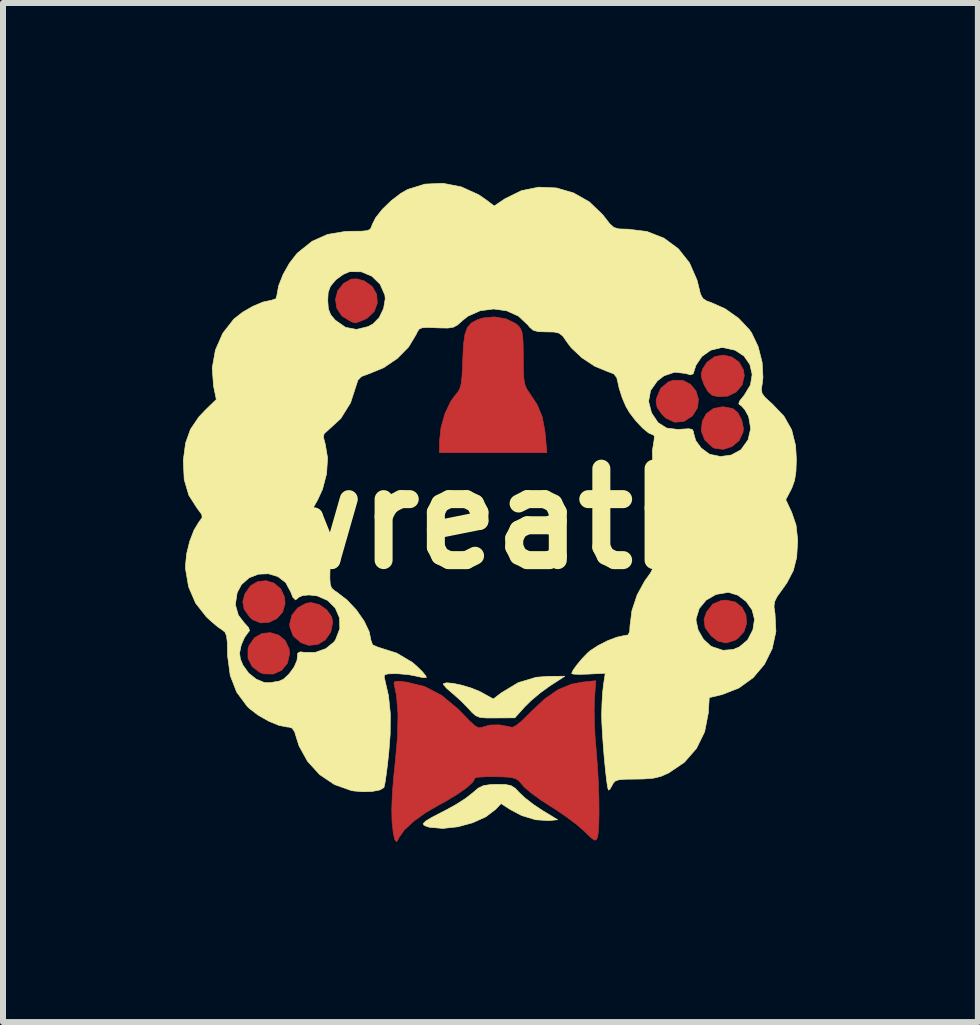
<source format=kicad_pcb>
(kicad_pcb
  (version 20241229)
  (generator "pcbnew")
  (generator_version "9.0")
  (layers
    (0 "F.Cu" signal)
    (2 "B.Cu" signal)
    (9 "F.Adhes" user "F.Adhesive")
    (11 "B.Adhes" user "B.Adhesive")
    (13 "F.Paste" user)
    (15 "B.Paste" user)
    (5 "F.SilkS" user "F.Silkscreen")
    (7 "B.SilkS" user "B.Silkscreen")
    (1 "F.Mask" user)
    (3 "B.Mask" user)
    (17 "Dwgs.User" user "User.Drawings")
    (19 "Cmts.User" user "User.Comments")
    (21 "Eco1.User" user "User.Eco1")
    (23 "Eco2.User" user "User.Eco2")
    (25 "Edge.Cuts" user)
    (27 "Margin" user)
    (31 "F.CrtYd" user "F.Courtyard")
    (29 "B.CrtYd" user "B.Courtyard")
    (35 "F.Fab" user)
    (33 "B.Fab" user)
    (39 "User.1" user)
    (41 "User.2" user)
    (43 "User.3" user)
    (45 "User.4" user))
  (footprint "wreath"
    (layer "F.Cu")
    (at 5.121 5.595)
    (property "Reference" "wreath" (at 0 0 0) (layer "F.SilkS") (effects (font (size 1.524 1.524) (thickness 0.3))))
    (attr through_hole)
    (fp_poly (pts (xy -3.603 1.074) (xy -3.495 1.166) (xy -3.43 1.304) (xy -3.42 1.411) (xy -3.46 1.555) (xy -3.556 1.663) (xy -3.686 1.726) (xy -3.828 1.736) (xy -3.96 1.683) (xy -4.008 1.64) (xy -4.102 1.508) (xy -4.125 1.382) (xy -4.09 1.254) (xy -3.997 1.118) (xy -3.873 1.046) (xy -3.735 1.033) (xy -3.603 1.074)) (stroke (width 0.01) (type solid)) (fill yes) (layer "F.Cu"))
    (fp_poly (pts (xy -3.528 1.939) (xy -3.419 2.029) (xy -3.354 2.164) (xy -3.344 2.25) (xy -3.381 2.409) (xy -3.477 2.526) (xy -3.615 2.588) (xy -3.774 2.585) (xy -3.835 2.564) (xy -3.967 2.466) (xy -4.038 2.326) (xy -4.038 2.167) (xy -4.021 2.115) (xy -3.929 1.983) (xy -3.804 1.912) (xy -3.663 1.899) (xy -3.528 1.939)) (stroke (width 0.01) (type solid)) (fill yes) (layer "F.Cu"))
    (fp_poly (pts (xy -2.851 1.431) (xy -2.729 1.516) (xy -2.646 1.629) (xy -2.625 1.718) (xy -2.658 1.887) (xy -2.748 2.017) (xy -2.876 2.095) (xy -3.026 2.11) (xy -3.154 2.066) (xy -3.283 1.956) (xy -3.339 1.809) (xy -3.343 1.752) (xy -3.306 1.606) (xy -3.207 1.484) (xy -3.07 1.409) (xy -2.985 1.397) (xy -2.851 1.431)) (stroke (width 0.01) (type solid)) (fill yes) (layer "F.Cu"))
    (fp_poly (pts (xy 4.041 -1.836) (xy 4.126 -1.765) (xy 4.19 -1.645) (xy 4.218 -1.509) (xy 4.212 -1.441) (xy 4.146 -1.302) (xy 4.029 -1.204) (xy 3.887 -1.157) (xy 3.744 -1.173) (xy 3.704 -1.192) (xy 3.575 -1.312) (xy 3.516 -1.463) (xy 3.533 -1.626) (xy 3.601 -1.751) (xy 3.719 -1.837) (xy 3.876 -1.867) (xy 4.041 -1.836)) (stroke (width 0.01) (type solid)) (fill yes) (layer "F.Cu"))
    (fp_poly (pts (xy 4.084 1.389) (xy 4.195 1.477) (xy 4.26 1.601) (xy 4.272 1.743) (xy 4.228 1.881) (xy 4.124 1.996) (xy 4.077 2.025) (xy 3.928 2.071) (xy 3.791 2.037) (xy 3.68 1.951) (xy 3.58 1.813) (xy 3.562 1.675) (xy 3.605 1.553) (xy 3.709 1.422) (xy 3.852 1.362) (xy 3.928 1.356) (xy 4.084 1.389)) (stroke (width 0.01) (type solid)) (fill yes) (layer "F.Cu"))
    (fp_poly (pts (xy 3.207 -2.306) (xy 3.336 -2.241) (xy 3.427 -2.131) (xy 3.469 -1.994) (xy 3.453 -1.848) (xy 3.369 -1.714) (xy 3.367 -1.713) (xy 3.226 -1.621) (xy 3.073 -1.609) (xy 2.927 -1.676) (xy 2.858 -1.743) (xy 2.781 -1.855) (xy 2.763 -1.955) (xy 2.77 -2.005) (xy 2.839 -2.172) (xy 2.964 -2.278) (xy 3.05 -2.308) (xy 3.207 -2.306)) (stroke (width 0.01) (type solid)) (fill yes) (layer "F.Cu"))
    (fp_poly (pts (xy 4.028 -2.694) (xy 4.146 -2.609) (xy 4.219 -2.48) (xy 4.233 -2.383) (xy 4.196 -2.229) (xy 4.097 -2.112) (xy 3.956 -2.043) (xy 3.792 -2.034) (xy 3.693 -2.06) (xy 3.629 -2.119) (xy 3.567 -2.225) (xy 3.523 -2.343) (xy 3.514 -2.409) (xy 3.54 -2.497) (xy 3.605 -2.599) (xy 3.614 -2.61) (xy 3.741 -2.702) (xy 3.886 -2.728) (xy 4.028 -2.694)) (stroke (width 0.01) (type solid)) (fill yes) (layer "F.Cu"))
    (fp_poly (pts (xy -2.111 -3.967) (xy -2.1 -3.963) (xy -1.966 -3.869) (xy -1.893 -3.738) (xy -1.883 -3.593) (xy -1.934 -3.455) (xy -2.047 -3.346) (xy -2.101 -3.318) (xy -2.196 -3.28) (xy -2.25 -3.263) (xy -2.253 -3.263) (xy -2.297 -3.278) (xy -2.328 -3.29) (xy -2.474 -3.38) (xy -2.557 -3.508) (xy -2.58 -3.654) (xy -2.543 -3.799) (xy -2.445 -3.921) (xy -2.315 -3.994) (xy -2.226 -3.997) (xy -2.111 -3.967)) (stroke (width 0.01) (type solid)) (fill yes) (layer "F.Cu"))
    (fp_poly (pts (xy 0.262 -3.331) (xy 0.424 -3.252) (xy 0.468 -3.215) (xy 0.505 -3.167) (xy 0.53 -3.101) (xy 0.543 -3) (xy 0.549 -2.845) (xy 0.55 -2.682) (xy 0.552 -2.476) (xy 0.559 -2.335) (xy 0.576 -2.238) (xy 0.605 -2.166) (xy 0.65 -2.1) (xy 0.65 -2.099) (xy 0.782 -1.899) (xy 0.864 -1.701) (xy 0.909 -1.467) (xy 0.916 -1.4) (xy 0.943 -1.101) (xy -0.847 -1.101) (xy -0.847 -1.283) (xy -0.822 -1.517) (xy -0.756 -1.751) (xy -0.66 -1.954) (xy -0.595 -2.044) (xy -0.542 -2.109) (xy -0.506 -2.173) (xy -0.484 -2.255) (xy -0.471 -2.375) (xy -0.462 -2.551) (xy -0.459 -2.653) (xy -0.447 -2.896) (xy -0.423 -3.07) (xy -0.381 -3.188) (xy -0.312 -3.266) (xy -0.211 -3.318) (xy -0.12 -3.346) (xy 0.068 -3.364) (xy 0.262 -3.331)) (stroke (width 0.01) (type solid)) (fill yes) (layer "F.Cu"))
    (fp_poly (pts (xy 1.736 3.008) (xy 1.731 3.176) (xy 1.735 3.398) (xy 1.747 3.643) (xy 1.764 3.849) (xy 1.785 4.118) (xy 1.801 4.395) (xy 1.81 4.664) (xy 1.812 4.909) (xy 1.807 5.113) (xy 1.796 5.258) (xy 1.784 5.313) (xy 1.764 5.353) (xy 1.73 5.353) (xy 1.668 5.306) (xy 1.566 5.207) (xy 1.442 5.099) (xy 1.273 4.971) (xy 1.088 4.844) (xy 1.009 4.795) (xy 0.839 4.685) (xy 0.686 4.574) (xy 0.573 4.478) (xy 0.537 4.438) (xy 0.48 4.372) (xy 0.424 4.332) (xy 0.346 4.31) (xy 0.223 4.302) (xy 0.089 4.299) (xy -0.07 4.299) (xy -0.189 4.306) (xy -0.25 4.317) (xy -0.254 4.321) (xy -0.29 4.387) (xy -0.391 4.48) (xy -0.543 4.588) (xy -0.734 4.704) (xy -0.853 4.768) (xy -1.083 4.902) (xy -1.282 5.046) (xy -1.434 5.188) (xy -1.524 5.316) (xy -1.534 5.339) (xy -1.564 5.383) (xy -1.592 5.346) (xy -1.617 5.233) (xy -1.637 5.047) (xy -1.638 5.031) (xy -1.642 4.845) (xy -1.633 4.598) (xy -1.611 4.314) (xy -1.587 4.09) (xy -1.546 3.634) (xy -1.538 3.253) (xy -1.563 2.946) (xy -1.594 2.798) (xy -1.606 2.74) (xy -1.589 2.712) (xy -1.523 2.709) (xy -1.396 2.723) (xy -1.094 2.796) (xy -0.81 2.945) (xy -0.536 3.173) (xy -0.469 3.241) (xy -0.342 3.374) (xy -0.255 3.451) (xy -0.194 3.484) (xy -0.146 3.48) (xy -0.13 3.473) (xy -0.008 3.439) (xy 0.149 3.435) (xy 0.295 3.461) (xy 0.318 3.469) (xy 0.369 3.476) (xy 0.431 3.447) (xy 0.519 3.375) (xy 0.646 3.25) (xy 0.677 3.218) (xy 0.912 2.999) (xy 1.131 2.848) (xy 1.35 2.758) (xy 1.541 2.722) (xy 1.758 2.7) (xy 1.736 3.008)) (stroke (width 0.01) (type solid)) (fill yes) (layer "F.Cu"))
    (fp_poly (pts (xy -3.603 1.074) (xy -3.495 1.166) (xy -3.43 1.304) (xy -3.42 1.411) (xy -3.46 1.555) (xy -3.556 1.663) (xy -3.686 1.726) (xy -3.828 1.736) (xy -3.96 1.683) (xy -4.008 1.64) (xy -4.102 1.508) (xy -4.125 1.382) (xy -4.09 1.254) (xy -3.997 1.118) (xy -3.873 1.046) (xy -3.735 1.033) (xy -3.603 1.074)) (stroke (width 0.01) (type solid)) (fill yes) (layer "F.Mask"))
    (fp_poly (pts (xy -3.528 1.939) (xy -3.419 2.029) (xy -3.354 2.164) (xy -3.344 2.25) (xy -3.381 2.409) (xy -3.477 2.526) (xy -3.615 2.588) (xy -3.774 2.585) (xy -3.835 2.564) (xy -3.967 2.466) (xy -4.038 2.326) (xy -4.038 2.167) (xy -4.021 2.115) (xy -3.929 1.983) (xy -3.804 1.912) (xy -3.663 1.899) (xy -3.528 1.939)) (stroke (width 0.01) (type solid)) (fill yes) (layer "F.Mask"))
    (fp_poly (pts (xy -2.851 1.431) (xy -2.729 1.516) (xy -2.646 1.629) (xy -2.625 1.718) (xy -2.658 1.887) (xy -2.748 2.017) (xy -2.876 2.095) (xy -3.026 2.11) (xy -3.154 2.066) (xy -3.283 1.956) (xy -3.339 1.809) (xy -3.343 1.752) (xy -3.306 1.606) (xy -3.207 1.484) (xy -3.07 1.409) (xy -2.985 1.397) (xy -2.851 1.431)) (stroke (width 0.01) (type solid)) (fill yes) (layer "F.Mask"))
    (fp_poly (pts (xy 4.041 -1.836) (xy 4.126 -1.765) (xy 4.19 -1.645) (xy 4.218 -1.509) (xy 4.212 -1.441) (xy 4.146 -1.302) (xy 4.029 -1.204) (xy 3.887 -1.157) (xy 3.744 -1.173) (xy 3.704 -1.192) (xy 3.575 -1.312) (xy 3.516 -1.463) (xy 3.533 -1.626) (xy 3.601 -1.751) (xy 3.719 -1.837) (xy 3.876 -1.867) (xy 4.041 -1.836)) (stroke (width 0.01) (type solid)) (fill yes) (layer "F.Mask"))
    (fp_poly (pts (xy 4.084 1.389) (xy 4.195 1.477) (xy 4.26 1.601) (xy 4.272 1.743) (xy 4.228 1.881) (xy 4.124 1.996) (xy 4.077 2.025) (xy 3.928 2.071) (xy 3.791 2.037) (xy 3.68 1.951) (xy 3.58 1.813) (xy 3.562 1.675) (xy 3.605 1.553) (xy 3.709 1.422) (xy 3.852 1.362) (xy 3.928 1.356) (xy 4.084 1.389)) (stroke (width 0.01) (type solid)) (fill yes) (layer "F.Mask"))
    (fp_poly (pts (xy 3.207 -2.306) (xy 3.336 -2.241) (xy 3.427 -2.131) (xy 3.469 -1.994) (xy 3.453 -1.848) (xy 3.369 -1.714) (xy 3.367 -1.713) (xy 3.226 -1.621) (xy 3.073 -1.609) (xy 2.927 -1.676) (xy 2.858 -1.743) (xy 2.781 -1.855) (xy 2.763 -1.955) (xy 2.77 -2.005) (xy 2.839 -2.172) (xy 2.964 -2.278) (xy 3.05 -2.308) (xy 3.207 -2.306)) (stroke (width 0.01) (type solid)) (fill yes) (layer "F.Mask"))
    (fp_poly (pts (xy 4.028 -2.694) (xy 4.146 -2.609) (xy 4.219 -2.48) (xy 4.233 -2.383) (xy 4.196 -2.229) (xy 4.097 -2.112) (xy 3.956 -2.043) (xy 3.792 -2.034) (xy 3.693 -2.06) (xy 3.629 -2.119) (xy 3.567 -2.225) (xy 3.523 -2.343) (xy 3.514 -2.409) (xy 3.54 -2.497) (xy 3.605 -2.599) (xy 3.614 -2.61) (xy 3.741 -2.702) (xy 3.886 -2.728) (xy 4.028 -2.694)) (stroke (width 0.01) (type solid)) (fill yes) (layer "F.Mask"))
    (fp_poly (pts (xy -2.111 -3.967) (xy -2.1 -3.963) (xy -1.966 -3.869) (xy -1.893 -3.738) (xy -1.883 -3.593) (xy -1.934 -3.455) (xy -2.047 -3.346) (xy -2.101 -3.318) (xy -2.196 -3.28) (xy -2.25 -3.263) (xy -2.253 -3.263) (xy -2.297 -3.278) (xy -2.328 -3.29) (xy -2.474 -3.38) (xy -2.557 -3.508) (xy -2.58 -3.654) (xy -2.543 -3.799) (xy -2.445 -3.921) (xy -2.315 -3.994) (xy -2.226 -3.997) (xy -2.111 -3.967)) (stroke (width 0.01) (type solid)) (fill yes) (layer "F.Mask"))
    (fp_poly (pts (xy 0.262 -3.331) (xy 0.424 -3.252) (xy 0.468 -3.215) (xy 0.505 -3.167) (xy 0.53 -3.101) (xy 0.543 -3) (xy 0.549 -2.845) (xy 0.55 -2.682) (xy 0.552 -2.476) (xy 0.559 -2.335) (xy 0.576 -2.238) (xy 0.605 -2.166) (xy 0.65 -2.1) (xy 0.65 -2.099) (xy 0.782 -1.899) (xy 0.864 -1.701) (xy 0.909 -1.467) (xy 0.916 -1.4) (xy 0.943 -1.101) (xy -0.847 -1.101) (xy -0.847 -1.283) (xy -0.822 -1.517) (xy -0.756 -1.751) (xy -0.66 -1.954) (xy -0.595 -2.044) (xy -0.542 -2.109) (xy -0.506 -2.173) (xy -0.484 -2.255) (xy -0.471 -2.375) (xy -0.462 -2.551) (xy -0.459 -2.653) (xy -0.447 -2.896) (xy -0.423 -3.07) (xy -0.381 -3.188) (xy -0.312 -3.266) (xy -0.211 -3.318) (xy -0.12 -3.346) (xy 0.068 -3.364) (xy 0.262 -3.331)) (stroke (width 0.01) (type solid)) (fill yes) (layer "F.Mask"))
    (fp_poly (pts (xy 1.736 3.008) (xy 1.731 3.176) (xy 1.735 3.398) (xy 1.747 3.643) (xy 1.764 3.849) (xy 1.785 4.118) (xy 1.801 4.395) (xy 1.81 4.664) (xy 1.812 4.909) (xy 1.807 5.113) (xy 1.796 5.258) (xy 1.784 5.313) (xy 1.764 5.353) (xy 1.73 5.353) (xy 1.668 5.306) (xy 1.566 5.207) (xy 1.442 5.099) (xy 1.273 4.971) (xy 1.088 4.844) (xy 1.009 4.795) (xy 0.839 4.685) (xy 0.686 4.574) (xy 0.573 4.478) (xy 0.537 4.438) (xy 0.48 4.372) (xy 0.424 4.332) (xy 0.346 4.31) (xy 0.223 4.302) (xy 0.089 4.299) (xy -0.07 4.299) (xy -0.189 4.306) (xy -0.25 4.317) (xy -0.254 4.321) (xy -0.29 4.387) (xy -0.391 4.48) (xy -0.543 4.588) (xy -0.734 4.704) (xy -0.853 4.768) (xy -1.083 4.902) (xy -1.282 5.046) (xy -1.434 5.188) (xy -1.524 5.316) (xy -1.534 5.339) (xy -1.564 5.383) (xy -1.592 5.346) (xy -1.617 5.233) (xy -1.637 5.047) (xy -1.638 5.031) (xy -1.642 4.845) (xy -1.633 4.598) (xy -1.611 4.314) (xy -1.587 4.09) (xy -1.546 3.634) (xy -1.538 3.253) (xy -1.563 2.946) (xy -1.594 2.798) (xy -1.606 2.74) (xy -1.589 2.712) (xy -1.523 2.709) (xy -1.396 2.723) (xy -1.094 2.796) (xy -0.81 2.945) (xy -0.536 3.173) (xy -0.469 3.241) (xy -0.342 3.374) (xy -0.255 3.451) (xy -0.194 3.484) (xy -0.146 3.48) (xy -0.13 3.473) (xy -0.008 3.439) (xy 0.149 3.435) (xy 0.295 3.461) (xy 0.318 3.469) (xy 0.369 3.476) (xy 0.431 3.447) (xy 0.519 3.375) (xy 0.646 3.25) (xy 0.677 3.218) (xy 0.912 2.999) (xy 1.131 2.848) (xy 1.35 2.758) (xy 1.541 2.722) (xy 1.758 2.7) (xy 1.736 3.008)) (stroke (width 0.01) (type solid)) (fill yes) (layer "F.Mask"))
    (fp_poly (pts (xy 0.991 2.787) (xy 0.831 2.903) (xy 0.673 3.036) (xy 0.575 3.133) (xy 0.409 3.318) (xy 0.093 3.32) (xy -0.07 3.32) (xy -0.174 3.31) (xy -0.245 3.281) (xy -0.307 3.226) (xy -0.355 3.172) (xy -0.477 3.046) (xy -0.614 2.923) (xy -0.643 2.899) (xy -0.731 2.822) (xy -0.779 2.765) (xy -0.782 2.749) (xy -0.728 2.734) (xy -0.618 2.744) (xy -0.476 2.774) (xy -0.325 2.819) (xy -0.188 2.873) (xy -0.142 2.897) (xy 0.05 3.004) (xy 0.185 2.901) (xy 0.467 2.731) (xy 0.765 2.642) (xy 0.97 2.626) (xy 1.241 2.625) (xy 0.991 2.787)) (stroke (width 0.01) (type solid)) (fill yes) (layer "F.SilkS"))
    (fp_poly (pts (xy 0.252 4.429) (xy 0.345 4.448) (xy 0.416 4.493) (xy 0.48 4.561) (xy 0.579 4.654) (xy 0.721 4.764) (xy 0.861 4.857) (xy 1.122 5.016) (xy 0.974 5.031) (xy 0.756 5.017) (xy 0.52 4.945) (xy 0.333 4.846) (xy 0.179 4.747) (xy 0.089 4.843) (xy -0.075 4.968) (xy -0.295 5.067) (xy -0.542 5.134) (xy -0.79 5.161) (xy -1.011 5.142) (xy -1.053 5.13) (xy -1.106 5.108) (xy -1.117 5.08) (xy -1.076 5.039) (xy -0.977 4.979) (xy -0.812 4.893) (xy -0.739 4.856) (xy -0.571 4.763) (xy -0.413 4.662) (xy -0.298 4.572) (xy -0.294 4.569) (xy -0.2 4.489) (xy -0.111 4.447) (xy 0.007 4.43) (xy 0.106 4.427) (xy 0.252 4.429)) (stroke (width 0.01) (type solid)) (fill yes) (layer "F.SilkS"))
    (fp_poly (pts (xy -0.484 -5.531) (xy -0.196 -5.401) (xy -0.073 -5.317) (xy 0.065 -5.212) (xy 0.247 -5.334) (xy 0.517 -5.467) (xy 0.807 -5.526) (xy 1.102 -5.513) (xy 1.387 -5.43) (xy 1.649 -5.282) (xy 1.871 -5.069) (xy 1.905 -5.026) (xy 1.992 -4.914) (xy 2.061 -4.854) (xy 2.143 -4.83) (xy 2.272 -4.826) (xy 2.291 -4.826) (xy 2.61 -4.787) (xy 2.894 -4.676) (xy 3.134 -4.499) (xy 3.32 -4.264) (xy 3.445 -3.978) (xy 3.471 -3.874) (xy 3.503 -3.743) (xy 3.543 -3.67) (xy 3.609 -3.628) (xy 3.676 -3.605) (xy 3.913 -3.5) (xy 4.138 -3.341) (xy 4.318 -3.15) (xy 4.354 -3.099) (xy 4.464 -2.868) (xy 4.53 -2.608) (xy 4.544 -2.355) (xy 4.533 -2.259) (xy 4.518 -2.159) (xy 4.529 -2.089) (xy 4.579 -2.022) (xy 4.679 -1.931) (xy 4.695 -1.917) (xy 4.894 -1.709) (xy 5.022 -1.483) (xy 5.088 -1.219) (xy 5.101 -0.995) (xy 5.094 -0.789) (xy 5.071 -0.638) (xy 5.026 -0.514) (xy 5.013 -0.487) (xy 4.924 -0.318) (xy 5.023 -0.106) (xy 5.096 0.108) (xy 5.122 0.349) (xy 5.122 0.376) (xy 5.106 0.644) (xy 5.05 0.864) (xy 4.943 1.069) (xy 4.867 1.176) (xy 4.78 1.297) (xy 4.737 1.383) (xy 4.728 1.466) (xy 4.744 1.577) (xy 4.745 1.583) (xy 4.76 1.88) (xy 4.698 2.165) (xy 4.569 2.426) (xy 4.381 2.649) (xy 4.143 2.821) (xy 3.862 2.931) (xy 3.853 2.933) (xy 3.649 2.981) (xy 3.633 3.238) (xy 3.573 3.549) (xy 3.438 3.825) (xy 3.235 4.059) (xy 2.972 4.237) (xy 2.846 4.293) (xy 2.717 4.324) (xy 2.554 4.337) (xy 2.426 4.339) (xy 2.253 4.341) (xy 2.146 4.35) (xy 2.084 4.37) (xy 2.049 4.407) (xy 2.032 4.44) (xy 1.993 4.508) (xy 1.969 4.523) (xy 1.955 4.472) (xy 1.938 4.355) (xy 1.919 4.188) (xy 1.9 3.992) (xy 1.883 3.783) (xy 1.869 3.579) (xy 1.859 3.399) (xy 1.856 3.272) (xy 1.861 3.085) (xy 1.872 2.899) (xy 1.886 2.771) (xy 1.916 2.575) (xy 1.635 2.589) (xy 1.494 2.593) (xy 1.393 2.59) (xy 1.355 2.58) (xy 1.381 2.522) (xy 1.449 2.429) (xy 1.536 2.325) (xy 1.625 2.234) (xy 1.663 2.201) (xy 1.796 2.114) (xy 1.955 2.033) (xy 2.11 1.974) (xy 2.228 1.948) (xy 2.233 1.948) (xy 2.296 1.936) (xy 2.323 1.883) (xy 2.328 1.786) (xy 2.34 1.695) (xy 3.429 1.695) (xy 3.464 1.855) (xy 3.553 2.009) (xy 3.674 2.121) (xy 3.697 2.133) (xy 3.879 2.193) (xy 4.048 2.179) (xy 4.15 2.137) (xy 4.288 2.021) (xy 4.376 1.852) (xy 4.403 1.676) (xy 4.364 1.521) (xy 4.265 1.38) (xy 4.127 1.275) (xy 3.973 1.228) (xy 3.955 1.228) (xy 3.761 1.262) (xy 3.597 1.357) (xy 3.482 1.496) (xy 3.43 1.665) (xy 3.429 1.695) (xy 2.34 1.695) (xy 2.36 1.533) (xy 2.447 1.27) (xy 2.575 1.036) (xy 2.598 1.005) (xy 2.668 0.908) (xy 2.709 0.829) (xy 2.726 0.74) (xy 2.728 0.613) (xy 2.722 0.484) (xy 2.717 0.298) (xy 2.727 0.162) (xy 2.758 0.046) (xy 2.806 -0.064) (xy 2.906 -0.275) (xy 2.806 -0.495) (xy 2.743 -0.688) (xy 2.707 -0.912) (xy 2.701 -1.132) (xy 2.73 -1.311) (xy 2.735 -1.379) (xy 2.714 -1.397) (xy 2.638 -1.43) (xy 2.536 -1.514) (xy 2.425 -1.632) (xy 2.324 -1.764) (xy 2.263 -1.866) (xy 2.224 -1.956) (xy 2.638 -1.956) (xy 2.687 -1.765) (xy 2.688 -1.763) (xy 2.796 -1.601) (xy 2.939 -1.511) (xy 3.127 -1.488) (xy 3.181 -1.492) (xy 3.305 -1.5) (xy 3.366 -1.488) (xy 3.386 -1.451) (xy 3.387 -1.432) (xy 3.423 -1.304) (xy 3.515 -1.178) (xy 3.642 -1.083) (xy 3.66 -1.074) (xy 3.835 -1.037) (xy 4.017 -1.062) (xy 4.171 -1.146) (xy 4.181 -1.154) (xy 4.296 -1.315) (xy 4.34 -1.503) (xy 4.307 -1.695) (xy 4.303 -1.707) (xy 4.245 -1.813) (xy 4.185 -1.882) (xy 4.171 -1.889) (xy 4.14 -1.916) (xy 4.158 -1.966) (xy 4.231 -2.057) (xy 4.233 -2.059) (xy 4.336 -2.23) (xy 4.364 -2.405) (xy 4.326 -2.571) (xy 4.228 -2.711) (xy 4.079 -2.809) (xy 3.886 -2.851) (xy 3.845 -2.851) (xy 3.674 -2.809) (xy 3.526 -2.704) (xy 3.427 -2.557) (xy 3.407 -2.495) (xy 3.382 -2.416) (xy 3.336 -2.398) (xy 3.256 -2.421) (xy 3.073 -2.442) (xy 2.895 -2.382) (xy 2.784 -2.297) (xy 2.671 -2.137) (xy 2.638 -1.956) (xy 2.224 -1.956) (xy 2.197 -2.021) (xy 2.146 -2.18) (xy 2.134 -2.24) (xy 2.107 -2.354) (xy 2.057 -2.415) (xy 1.959 -2.452) (xy 1.95 -2.455) (xy 1.738 -2.543) (xy 1.525 -2.684) (xy 1.347 -2.852) (xy 1.283 -2.937) (xy 1.211 -3.041) (xy 1.147 -3.093) (xy 1.06 -3.112) (xy 0.94 -3.114) (xy 0.801 -3.118) (xy 0.716 -3.141) (xy 0.653 -3.195) (xy 0.627 -3.229) (xy 0.471 -3.376) (xy 0.272 -3.466) (xy 0.052 -3.496) (xy -0.17 -3.466) (xy -0.374 -3.375) (xy -0.471 -3.297) (xy -0.547 -3.229) (xy -0.616 -3.192) (xy -0.708 -3.178) (xy -0.849 -3.18) (xy -0.893 -3.182) (xy -1.047 -3.188) (xy -1.138 -3.182) (xy -1.189 -3.158) (xy -1.22 -3.107) (xy -1.236 -3.071) (xy -1.361 -2.863) (xy -1.549 -2.672) (xy -1.777 -2.517) (xy -2.022 -2.416) (xy -2.026 -2.415) (xy -2.146 -2.371) (xy -2.206 -2.31) (xy -2.225 -2.253) (xy -2.329 -1.932) (xy -2.492 -1.67) (xy -2.713 -1.467) (xy -2.769 -1.418) (xy -2.781 -1.36) (xy -2.755 -1.259) (xy -2.751 -1.246) (xy -2.712 -1.014) (xy -2.728 -0.751) (xy -2.797 -0.488) (xy -2.877 -0.315) (xy -3.012 -0.075) (xy -2.926 0.016) (xy -2.782 0.23) (xy -2.696 0.498) (xy -2.67 0.812) (xy -2.671 0.83) (xy -2.674 0.993) (xy -2.667 1.094) (xy -2.645 1.155) (xy -2.599 1.197) (xy -2.557 1.224) (xy -2.388 1.354) (xy -2.231 1.521) (xy -2.103 1.705) (xy -2.018 1.883) (xy -1.99 2.023) (xy -1.961 2.102) (xy -1.873 2.14) (xy -1.558 2.24) (xy -1.299 2.394) (xy -1.226 2.457) (xy -1.132 2.549) (xy -1.075 2.619) (xy -1.065 2.645) (xy -1.115 2.648) (xy -1.211 2.629) (xy -1.23 2.624) (xy -1.365 2.598) (xy -1.527 2.584) (xy -1.582 2.582) (xy -1.704 2.585) (xy -1.76 2.601) (xy -1.769 2.639) (xy -1.759 2.678) (xy -1.696 2.952) (xy -1.666 3.248) (xy -1.668 3.586) (xy -1.691 3.887) (xy -1.713 4.096) (xy -1.736 4.275) (xy -1.756 4.408) (xy -1.772 4.476) (xy -1.773 4.48) (xy -1.84 4.52) (xy -1.964 4.544) (xy -2.12 4.55) (xy -2.282 4.536) (xy -2.322 4.528) (xy -2.597 4.43) (xy -2.844 4.264) (xy -3.045 4.044) (xy -3.187 3.787) (xy -3.224 3.672) (xy -3.261 3.55) (xy -3.303 3.49) (xy -3.364 3.471) (xy -3.384 3.471) (xy -3.523 3.444) (xy -3.694 3.373) (xy -3.868 3.274) (xy -4.015 3.162) (xy -4.051 3.127) (xy -4.227 2.889) (xy -4.334 2.612) (xy -4.378 2.287) (xy -4.379 2.23) (xy -4.383 2.059) (xy -4.395 1.953) (xy -4.42 1.892) (xy -4.461 1.857) (xy -4.466 1.854) (xy -4.543 1.801) (xy -4.651 1.71) (xy -4.731 1.636) (xy -4.892 1.431) (xy -4.249 1.431) (xy -4.199 1.607) (xy -4.102 1.733) (xy -4.028 1.815) (xy -4.012 1.865) (xy -4.044 1.906) (xy -4.096 1.979) (xy -4.146 2.093) (xy -4.154 2.118) (xy -4.179 2.239) (xy -4.164 2.342) (xy -4.122 2.441) (xy -4.028 2.572) (xy -3.9 2.674) (xy -3.763 2.731) (xy -3.662 2.732) (xy -3.568 2.714) (xy -3.528 2.71) (xy -3.446 2.674) (xy -3.354 2.588) (xy -3.272 2.476) (xy -3.223 2.367) (xy -3.217 2.326) (xy -3.209 2.241) (xy -3.166 2.218) (xy -3.094 2.228) (xy -2.915 2.227) (xy -2.741 2.165) (xy -2.606 2.055) (xy -2.579 2.017) (xy -2.508 1.832) (xy -2.513 1.651) (xy -2.583 1.489) (xy -2.71 1.362) (xy -2.884 1.286) (xy -3.022 1.27) (xy -3.128 1.281) (xy -3.193 1.308) (xy -3.196 1.312) (xy -3.245 1.353) (xy -3.29 1.31) (xy -3.325 1.221) (xy -3.409 1.065) (xy -3.54 0.964) (xy -3.697 0.917) (xy -3.864 0.924) (xy -4.02 0.985) (xy -4.148 1.099) (xy -4.219 1.233) (xy -4.249 1.431) (xy -4.892 1.431) (xy -4.91 1.409) (xy -5.028 1.135) (xy -5.079 0.835) (xy -5.08 0.782) (xy -5.061 0.586) (xy -5.01 0.378) (xy -4.937 0.188) (xy -4.852 0.048) (xy -4.844 0.039) (xy -4.803 -0.017) (xy -4.807 -0.068) (xy -4.862 -0.144) (xy -4.88 -0.166) (xy -5.024 -0.391) (xy -5.101 -0.653) (xy -5.116 -0.963) (xy -5.115 -0.982) (xy -5.078 -1.262) (xy -4.996 -1.491) (xy -4.857 -1.696) (xy -4.75 -1.809) (xy -4.566 -1.988) (xy -4.612 -2.211) (xy -4.634 -2.512) (xy -4.581 -2.812) (xy -4.459 -3.09) (xy -4.276 -3.325) (xy -4.269 -3.331) (xy -4.128 -3.442) (xy -3.958 -3.54) (xy -3.79 -3.611) (xy -3.654 -3.64) (xy -3.651 -3.64) (xy -3.648 -3.641) (xy -2.709 -3.641) (xy -2.699 -3.498) (xy -2.659 -3.398) (xy -2.582 -3.308) (xy -2.413 -3.19) (xy -2.23 -3.155) (xy -2.037 -3.202) (xy -1.954 -3.247) (xy -1.851 -3.353) (xy -1.778 -3.505) (xy -1.751 -3.664) (xy -1.757 -3.728) (xy -1.837 -3.909) (xy -1.974 -4.042) (xy -2.151 -4.116) (xy -2.346 -4.117) (xy -2.45 -4.073) (xy -2.562 -3.992) (xy -2.584 -3.971) (xy -2.665 -3.873) (xy -2.702 -3.77) (xy -2.709 -3.641) (xy -3.648 -3.641) (xy -3.573 -3.666) (xy -3.556 -3.724) (xy -3.528 -3.881) (xy -3.454 -4.069) (xy -3.349 -4.256) (xy -3.227 -4.414) (xy -3.207 -4.434) (xy -2.969 -4.624) (xy -2.711 -4.739) (xy -2.415 -4.788) (xy -2.306 -4.791) (xy -2.147 -4.792) (xy -2.052 -4.801) (xy -2.002 -4.824) (xy -1.978 -4.868) (xy -1.971 -4.895) (xy -1.911 -5.016) (xy -1.798 -5.158) (xy -1.651 -5.3) (xy -1.492 -5.422) (xy -1.376 -5.488) (xy -1.09 -5.577) (xy -0.787 -5.59) (xy -0.484 -5.531)) (stroke (width 0.01) (type solid)) (fill yes) (layer "F.SilkS")))
  (gr_rect
    (start -3 -3)
    (end 13.247 13.983)
    (stroke (width 0.1) (type default))
    (fill no)
    (layer "Edge.Cuts")))
</source>
